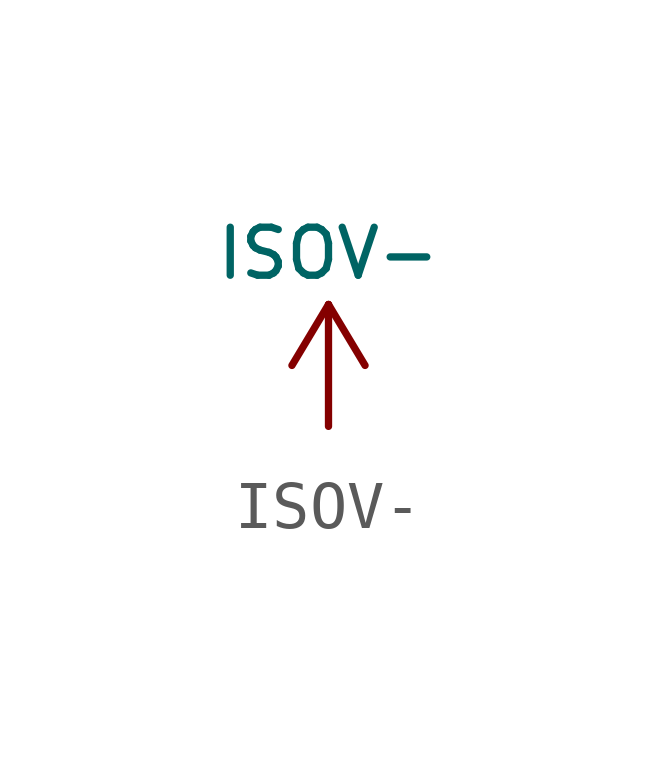
<source format=kicad_sym>
(kicad_symbol_lib
  (version 20241209)
  (generator "kicad_symbol_editor")
  (generator_version "9.0")
  (symbol "ISOV-"
    (power)
    (pin_names
      (offset 0))
    (property "Reference" "#PWR?"
      (at 0 -3.81 0)
      (effects (font (size 1.27 1.27)) (hide yes)))
    (property "Value" "ISOV-"
      (at 0 3.605 0)
      (effects (font (size 1 1))))
    (symbol "ISOV-_0_1"
      (polyline (pts (xy -0.762 1.27) (xy 0 2.54)) (stroke (width 0) (type default)) (fill (type none)))
      (polyline (pts (xy 0 2.54) (xy 0.762 1.27)) (stroke (width 0) (type default)) (fill (type none)))
      (polyline (pts (xy 0 0) (xy 0 2.54)) (stroke (width 0) (type default)) (fill (type none))))
    (symbol "ISOV-_1_1"
      (pin power_in line (at 0 0 90) (length 0) (hide yes) (name "ISOV-" (effects (font (size 1.27 1.27)))) (number "1" (effects (font (size 1.27 1.27))))))))
</source>
